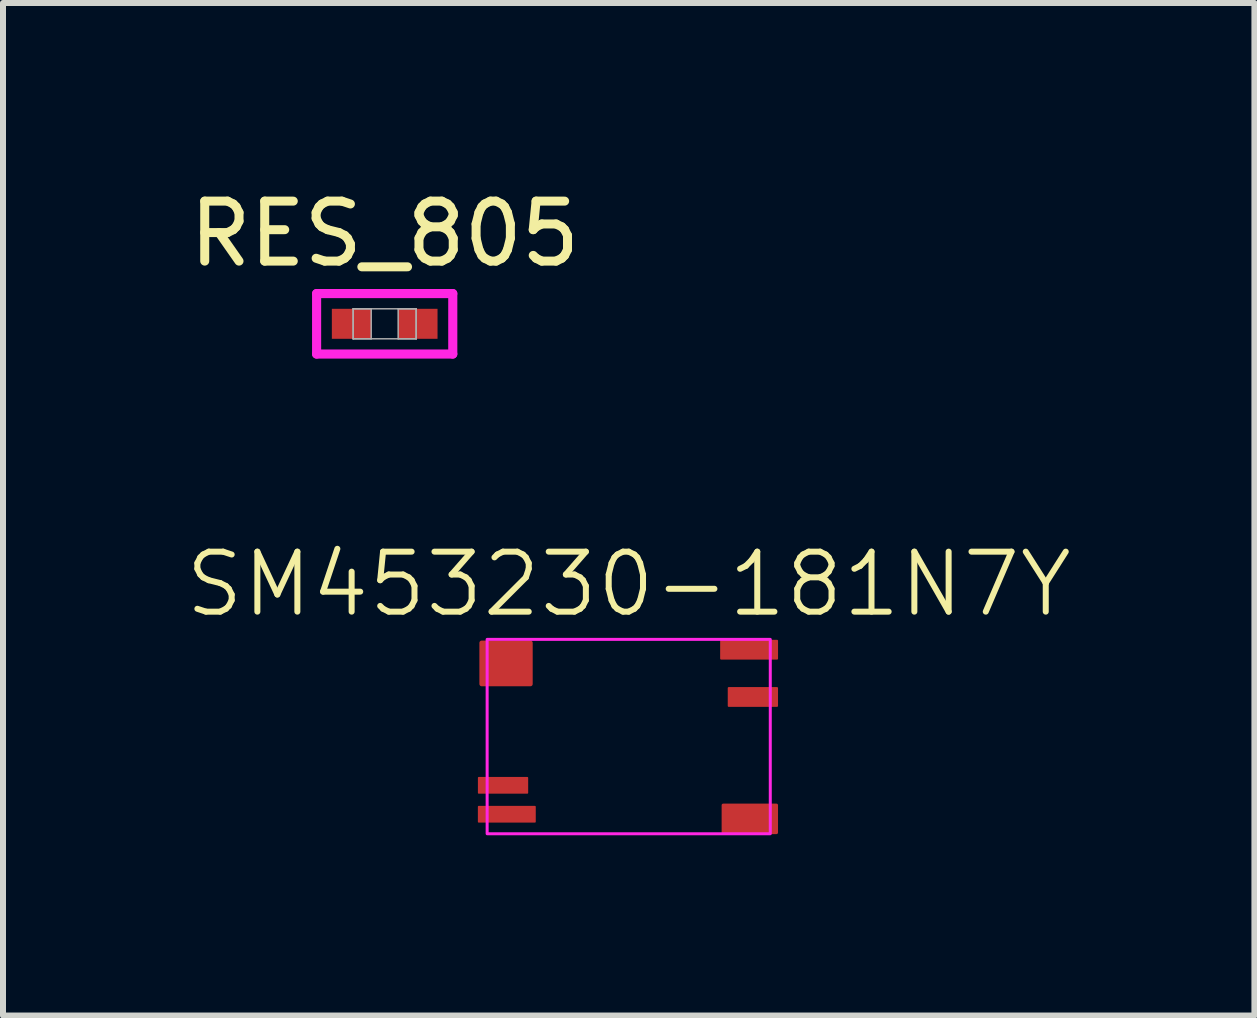
<source format=kicad_pcb>
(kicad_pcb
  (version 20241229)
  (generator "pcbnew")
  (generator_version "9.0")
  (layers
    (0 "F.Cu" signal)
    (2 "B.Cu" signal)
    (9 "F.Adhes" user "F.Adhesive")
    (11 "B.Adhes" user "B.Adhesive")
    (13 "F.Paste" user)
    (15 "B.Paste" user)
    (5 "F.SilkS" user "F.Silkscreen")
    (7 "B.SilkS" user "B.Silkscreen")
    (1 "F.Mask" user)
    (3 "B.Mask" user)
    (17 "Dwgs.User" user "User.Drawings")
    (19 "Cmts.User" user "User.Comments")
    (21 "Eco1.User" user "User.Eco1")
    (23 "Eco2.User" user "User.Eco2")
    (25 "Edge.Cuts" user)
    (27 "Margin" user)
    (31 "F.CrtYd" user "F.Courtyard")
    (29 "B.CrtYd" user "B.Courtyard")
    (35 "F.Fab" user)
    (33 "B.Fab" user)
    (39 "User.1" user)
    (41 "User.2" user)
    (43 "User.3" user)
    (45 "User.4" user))
  (footprint "RES_805"
    (layer "F.Cu")
    (at 3.363 2.348)
    (property "Reference" "RES_805" (at 0 -1.5 0) (unlocked yes) (layer "F.SilkS") (effects (font (size 1 1) (thickness 0.15))))
    (attr smd)
    (fp_line (start -1.135 -0.504) (end 1.135 -0.504) (stroke (width 0.152) (type solid)) (layer "F.CrtYd"))
    (fp_line (start -1.135 0.504) (end -1.135 -0.504) (stroke (width 0.152) (type solid)) (layer "F.CrtYd"))
    (fp_line (start 1.135 -0.504) (end 1.135 0.504) (stroke (width 0.152) (type solid)) (layer "F.CrtYd"))
    (fp_line (start 1.135 0.504) (end -1.135 0.504) (stroke (width 0.152) (type solid)) (layer "F.CrtYd"))
    (fp_line (start -0.525 -0.25) (end -0.525 0.25) (stroke (width 0.025) (type solid)) (layer "F.Fab"))
    (fp_line (start -0.525 -0.25) (end -0.525 0.25) (stroke (width 0.025) (type solid)) (layer "F.Fab"))
    (fp_line (start -0.525 0.25) (end -0.225 0.25) (stroke (width 0.025) (type solid)) (layer "F.Fab"))
    (fp_line (start -0.525 0.25) (end 0.525 0.25) (stroke (width 0.025) (type solid)) (layer "F.Fab"))
    (fp_line (start -0.225 -0.25) (end -0.525 -0.25) (stroke (width 0.025) (type solid)) (layer "F.Fab"))
    (fp_line (start -0.225 0.25) (end -0.225 -0.25) (stroke (width 0.025) (type solid)) (layer "F.Fab"))
    (fp_line (start 0.225 -0.25) (end 0.225 0.25) (stroke (width 0.025) (type solid)) (layer "F.Fab"))
    (fp_line (start 0.225 0.25) (end 0.525 0.25) (stroke (width 0.025) (type solid)) (layer "F.Fab"))
    (fp_line (start 0.525 -0.25) (end -0.525 -0.25) (stroke (width 0.025) (type solid)) (layer "F.Fab"))
    (fp_line (start 0.525 -0.25) (end 0.225 -0.25) (stroke (width 0.025) (type solid)) (layer "F.Fab"))
    (fp_line (start 0.525 0.25) (end 0.525 -0.25) (stroke (width 0.025) (type solid)) (layer "F.Fab"))
    (fp_line (start 0.525 0.25) (end 0.525 -0.25) (stroke (width 0.025) (type solid)) (layer "F.Fab"))
    (pad "1" smd rect (at -0.553 0) (size 0.656 0.5) (layers "F.Cu" "F.Mask" "F.Paste"))
    (pad "2" smd rect (at 0.553 0) (size 0.656 0.5) (layers "F.Cu" "F.Mask" "F.Paste"))
    (zone (net_name "") (layer "F.Cu") (hatch full 0.508) (connect_pads) (min_thickness 0.254) (filled_areas_thickness no) (keepout (tracks not_allowed) (vias not_allowed) (pads allowed) (copperpour not_allowed) (footprints allowed)) (placement (enabled no)) (fill) (polygon (pts (xy 3.189 2.149) (xy 3.537 2.149) (xy 3.537 2.547) (xy 3.189 2.547)))))
  (footprint "SM453230-181N7Y"
    (layer "F.Cu")
    (at 7.431 9.229)
    (property "Reference" "SM453230-181N7Y" (at 0 -2.54 0) (unlocked yes) (layer "F.SilkS") (effects (font (size 1 1) (thickness 0.1))))
    (attr smd)
    (fp_rect (start -2.36 -1.62) (end 2.36 1.62) (stroke (width 0.05) (type default)) (fill no) (layer "F.CrtYd"))
    (pad "1" smd roundrect (at -2.032 1.295) (size 0.965 0.279) (layers "F.Cu" "F.Mask" "F.Paste") (roundrect_rratio 0.05))
    (pad "2" smd roundrect (at -2.095 0.813) (size 0.838 0.279) (layers "F.Cu" "F.Mask" "F.Paste") (roundrect_rratio 0.05))
    (pad "3" smd roundrect (at -2.045 -1.219) (size 0.889 0.762) (layers "F.Cu" "F.Mask" "F.Paste") (roundrect_rratio 0.05))
    (pad "5" smd roundrect (at 2.019 1.372) (size 0.94 0.508) (layers "F.Cu" "F.Mask" "F.Paste") (roundrect_rratio 0.05))
    (pad "6" smd roundrect (at 2.07 -0.66) (size 0.838 0.33) (layers "F.Cu" "F.Mask" "F.Paste") (roundrect_rratio 0.05))
    (pad "7" smd roundrect (at 2.007 -1.448) (size 0.965 0.33) (layers "F.Cu" "F.Mask" "F.Paste") (roundrect_rratio 0.05))
    (zone (net_name "") (layer "F.SilkS") (hatch edge 0.5) (connect_pads) (min_thickness 0.25) (filled_areas_thickness no) (keepout (tracks not_allowed) (vias not_allowed) (pads not_allowed) (copperpour allowed) (footprints not_allowed)) (placement (enabled no)) (fill) (polygon (pts (xy 6.034 7.578) (xy 8.701 7.578) (xy 8.701 10.88) (xy 6.034 10.88)))))
  (gr_rect
    (start -3 -3)
    (end 17.862 13.88)
    (stroke (width 0.1) (type default))
    (fill no)
    (layer "Edge.Cuts")))
</source>
